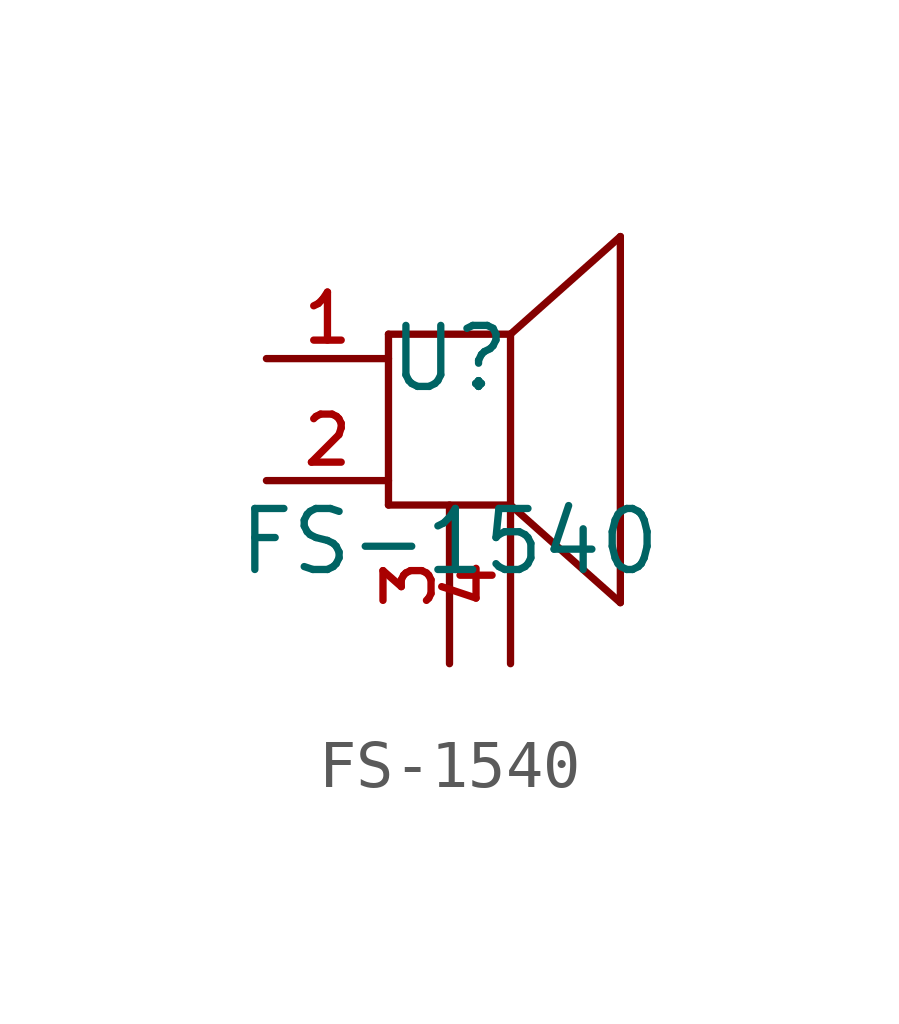
<source format=kicad_sym>
(kicad_symbol_lib
  (version 20210201)
  (generator TousstNicolas/JLC2KiCad_lib)
  (symbol "FS-1540"
    (pin_names hide)
    (property "Reference" "U"
      (at 0 1.27 0)
      (effects (font (size 1.27 1.27))))
    (property "Value" "FS-1540"
      (at 0 -2.54 0)
      (effects (font (size 1.27 1.27))))
    (symbol "FS-1540_0_1"
      (pin unspecified line (at 1.27 -5.08 90) (length 3.302) (name "4" (effects (font (size 1 1)))) (number "4" (effects (font (size 1 1)))))
      (pin unspecified line (at 0.0 -5.08 90) (length 3.302) (name "3" (effects (font (size 1 1)))) (number "3" (effects (font (size 1 1)))))
      (polyline (pts (xy -1.27 1.778) (xy 1.27 1.778)) (stroke (width 0) (type default) (color 0 0 0 0)) (fill (type none)))
      (polyline (pts (xy -1.27 -1.778) (xy 1.27 -1.778)) (stroke (width 0) (type default) (color 0 0 0 0)) (fill (type none)))
      (polyline (pts (xy -1.27 1.778) (xy -1.27 -1.778)) (stroke (width 0) (type default) (color 0 0 0 0)) (fill (type none)))
      (polyline (pts (xy 1.27 1.778) (xy 1.27 -1.778)) (stroke (width 0) (type default) (color 0 0 0 0)) (fill (type none)))
      (polyline (pts (xy 3.556 3.81) (xy 3.556 -3.81)) (stroke (width 0) (type default) (color 0 0 0 0)) (fill (type none)))
      (polyline (pts (xy 1.27 -1.778) (xy 3.556 -3.81)) (stroke (width 0) (type default) (color 0 0 0 0)) (fill (type none)))
      (polyline (pts (xy 3.556 3.81) (xy 1.27 1.778)) (stroke (width 0) (type default) (color 0 0 0 0)) (fill (type none)))
      (pin unspecified line (at -3.81 -1.27 0) (length 2.54) (name "2" (effects (font (size 1 1)))) (number "2" (effects (font (size 1 1)))))
      (pin unspecified line (at -3.81 1.27 0) (length 2.54) (name "+" (effects (font (size 1 1)))) (number "1" (effects (font (size 1 1))))))))
</source>
